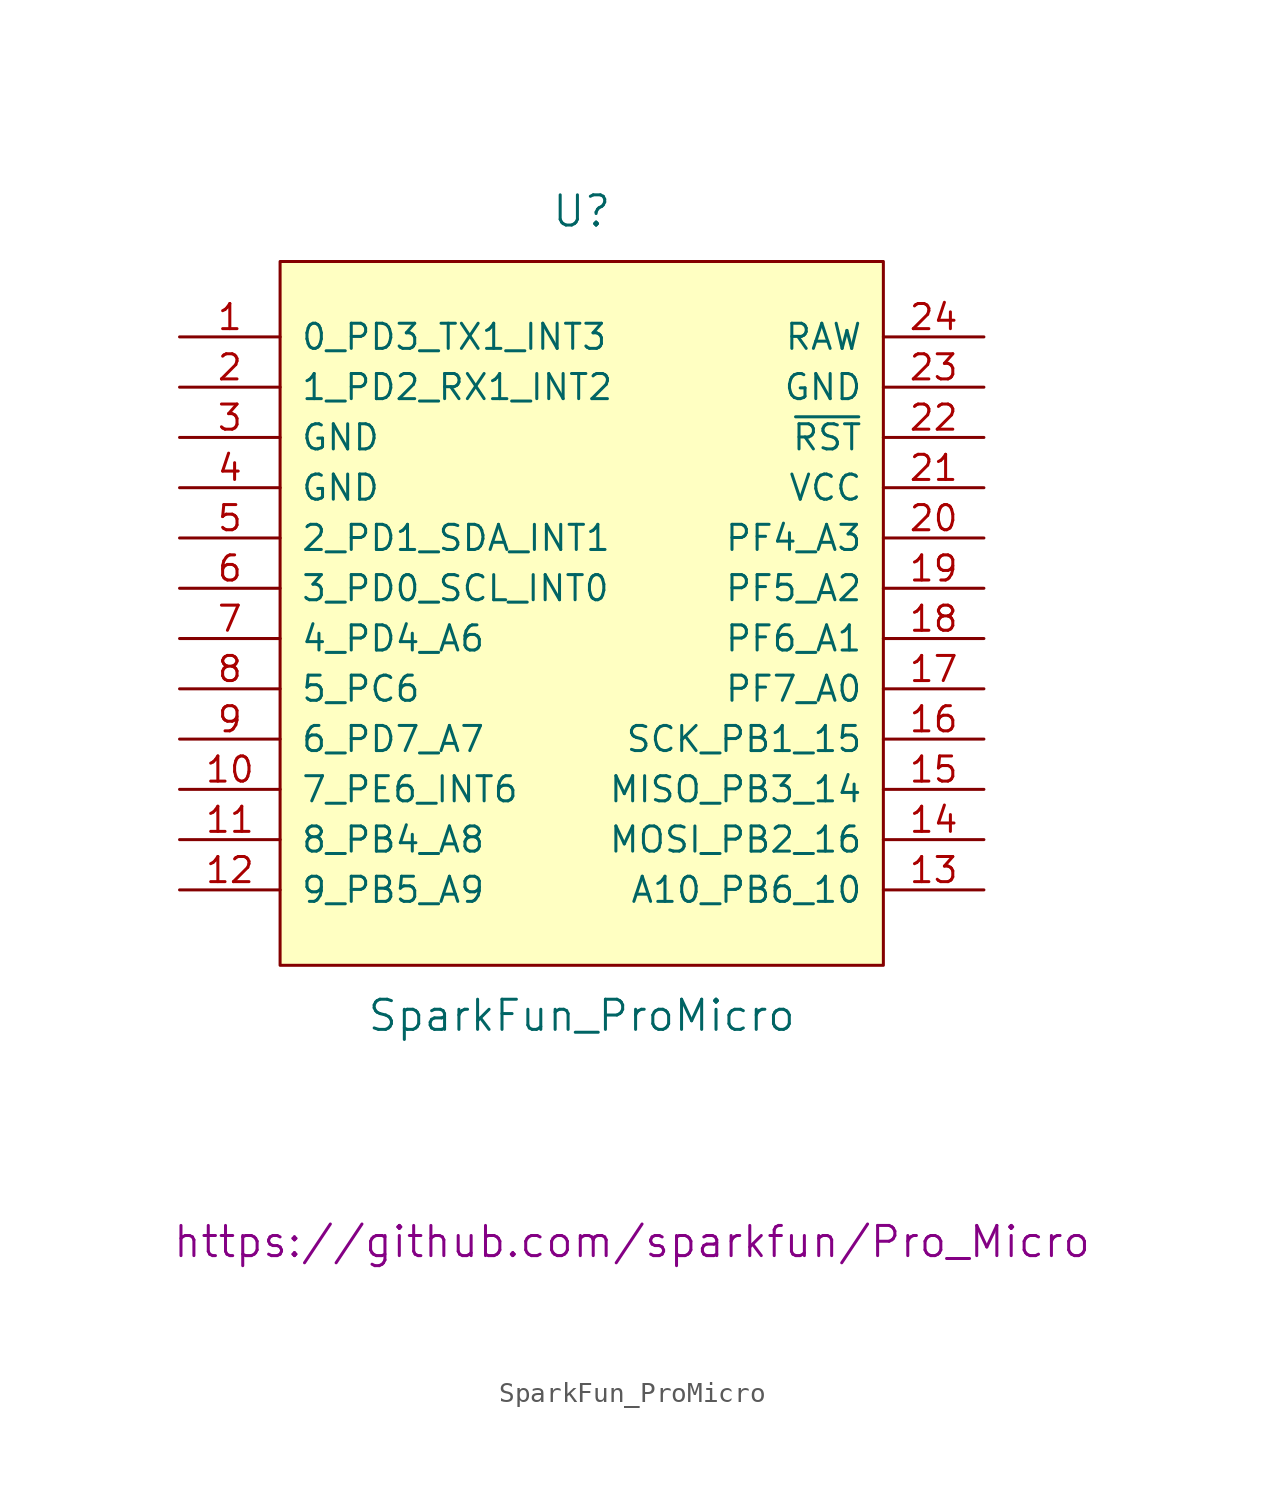
<source format=kicad_sym>
(kicad_symbol_lib
  (version 20211014)
  (generator kicad_symbol_editor)
  (symbol "SparkFun_ProMicro"
    (pin_names
      (offset 1.016))
    (property "Reference" "U"
      (at 0 25.4 0)
      (effects (font (size 1.524 1.524))))
    (property "Value" "SparkFun_ProMicro"
      (at 0 -15.24 0)
      (effects (font (size 1.524 1.524))))
    (property "Footprint" ""
      (at 2.54 -26.67 0)
      (effects (font (size 1.524 1.524))))
    (property "Datasheet" "https://github.com/sparkfun/Pro_Micro"
      (at 2.54 -26.67 0)
      (effects (font (size 1.524 1.524))))
    (symbol "SparkFun_ProMicro_0_1"
      (rectangle (start -15.24 22.86) (end 15.24 -12.7) (stroke (width 0) (type default) (color 0 0 0 0)) (fill (type background))))
    (symbol "SparkFun_ProMicro_1_1"
      (pin bidirectional line (at -20.32 19.05 0) (length 5.08) (name "0_PD3_TX1_INT3" (effects (font (size 1.27 1.27)))) (number "1" (effects (font (size 1.27 1.27)))))
      (pin bidirectional line (at -20.32 -3.81 0) (length 5.08) (name "7_PE6_INT6" (effects (font (size 1.27 1.27)))) (number "10" (effects (font (size 1.27 1.27)))))
      (pin bidirectional line (at -20.32 -6.35 0) (length 5.08) (name "8_PB4_A8" (effects (font (size 1.27 1.27)))) (number "11" (effects (font (size 1.27 1.27)))))
      (pin bidirectional line (at -20.32 -8.89 0) (length 5.08) (name "9_PB5_A9" (effects (font (size 1.27 1.27)))) (number "12" (effects (font (size 1.27 1.27)))))
      (pin bidirectional line (at 20.32 -8.89 180) (length 5.08) (name "A10_PB6_10" (effects (font (size 1.27 1.27)))) (number "13" (effects (font (size 1.27 1.27)))))
      (pin bidirectional line (at 20.32 -6.35 180) (length 5.08) (name "MOSI_PB2_16" (effects (font (size 1.27 1.27)))) (number "14" (effects (font (size 1.27 1.27)))))
      (pin bidirectional line (at 20.32 -3.81 180) (length 5.08) (name "MISO_PB3_14" (effects (font (size 1.27 1.27)))) (number "15" (effects (font (size 1.27 1.27)))))
      (pin bidirectional line (at 20.32 -1.27 180) (length 5.08) (name "SCK_PB1_15" (effects (font (size 1.27 1.27)))) (number "16" (effects (font (size 1.27 1.27)))))
      (pin bidirectional line (at 20.32 1.27 180) (length 5.08) (name "PF7_A0" (effects (font (size 1.27 1.27)))) (number "17" (effects (font (size 1.27 1.27)))))
      (pin bidirectional line (at 20.32 3.81 180) (length 5.08) (name "PF6_A1" (effects (font (size 1.27 1.27)))) (number "18" (effects (font (size 1.27 1.27)))))
      (pin bidirectional line (at 20.32 6.35 180) (length 5.08) (name "PF5_A2" (effects (font (size 1.27 1.27)))) (number "19" (effects (font (size 1.27 1.27)))))
      (pin bidirectional line (at -20.32 16.51 0) (length 5.08) (name "1_PD2_RX1_INT2" (effects (font (size 1.27 1.27)))) (number "2" (effects (font (size 1.27 1.27)))))
      (pin bidirectional line (at 20.32 8.89 180) (length 5.08) (name "PF4_A3" (effects (font (size 1.27 1.27)))) (number "20" (effects (font (size 1.27 1.27)))))
      (pin power_in line (at 20.32 11.43 180) (length 5.08) (name "VCC" (effects (font (size 1.27 1.27)))) (number "21" (effects (font (size 1.27 1.27)))))
      (pin input line (at 20.32 13.97 180) (length 5.08) (name "~{RST}" (effects (font (size 1.27 1.27)))) (number "22" (effects (font (size 1.27 1.27)))))
      (pin power_in line (at 20.32 16.51 180) (length 5.08) (name "GND" (effects (font (size 1.27 1.27)))) (number "23" (effects (font (size 1.27 1.27)))))
      (pin power_in line (at 20.32 19.05 180) (length 5.08) (name "RAW" (effects (font (size 1.27 1.27)))) (number "24" (effects (font (size 1.27 1.27)))))
      (pin power_in line (at -20.32 13.97 0) (length 5.08) (name "GND" (effects (font (size 1.27 1.27)))) (number "3" (effects (font (size 1.27 1.27)))))
      (pin power_in line (at -20.32 11.43 0) (length 5.08) (name "GND" (effects (font (size 1.27 1.27)))) (number "4" (effects (font (size 1.27 1.27)))))
      (pin bidirectional line (at -20.32 8.89 0) (length 5.08) (name "2_PD1_SDA_INT1" (effects (font (size 1.27 1.27)))) (number "5" (effects (font (size 1.27 1.27)))))
      (pin bidirectional line (at -20.32 6.35 0) (length 5.08) (name "3_PD0_SCL_INT0" (effects (font (size 1.27 1.27)))) (number "6" (effects (font (size 1.27 1.27)))))
      (pin bidirectional line (at -20.32 3.81 0) (length 5.08) (name "4_PD4_A6" (effects (font (size 1.27 1.27)))) (number "7" (effects (font (size 1.27 1.27)))))
      (pin bidirectional line (at -20.32 1.27 0) (length 5.08) (name "5_PC6" (effects (font (size 1.27 1.27)))) (number "8" (effects (font (size 1.27 1.27)))))
      (pin bidirectional line (at -20.32 -1.27 0) (length 5.08) (name "6_PD7_A7" (effects (font (size 1.27 1.27)))) (number "9" (effects (font (size 1.27 1.27))))))))
</source>
